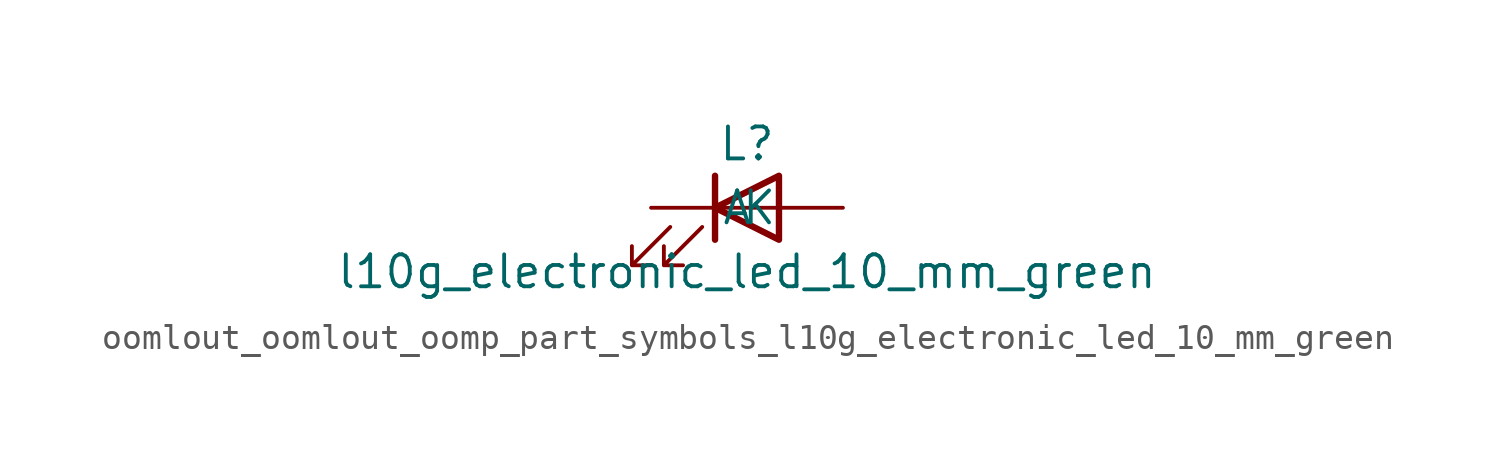
<source format=kicad_sym>
(kicad_symbol_lib
  (version 20220914)
  (generator kicad_symbol_editor)
  (symbol "oomlout_oomlout_oomp_part_symbols_l10g_electronic_led_10_mm_green"
    (pin_numbers hide)
    (pin_names
      (offset 1.016))
    (property "Reference" "L"
      (at 0 2.54 0)
      (effects (font (size 1.27 1.27))))
    (property "Value" "l10g_electronic_led_10_mm_green"
      (at 0 -2.54 0)
      (effects (font (size 1.27 1.27))))
    (symbol "oomlout_oomlout_oomp_part_symbols_l10g_electronic_led_10_mm_green_0_1"
      (polyline (pts (xy -1.27 -1.27) (xy -1.27 1.27)) (stroke (width 0.254) (type default)) (fill (type none)))
      (polyline (pts (xy -1.27 0) (xy 1.27 0)) (stroke (width 0) (type default)) (fill (type none)))
      (polyline (pts (xy 1.27 -1.27) (xy 1.27 1.27) (xy -1.27 0) (xy 1.27 -1.27)) (stroke (width 0.254) (type default)) (fill (type none)))
      (polyline (pts (xy -3.048 -0.762) (xy -4.572 -2.286) (xy -3.81 -2.286) (xy -4.572 -2.286) (xy -4.572 -1.524)) (stroke (width 0) (type default)) (fill (type none)))
      (polyline (pts (xy -1.778 -0.762) (xy -3.302 -2.286) (xy -2.54 -2.286) (xy -3.302 -2.286) (xy -3.302 -1.524)) (stroke (width 0) (type default)) (fill (type none))))
    (symbol "oomlout_oomlout_oomp_part_symbols_l10g_electronic_led_10_mm_green_1_1"
      (pin passive line (at -3.81 0 0) (length 2.54) (name "K" (effects (font (size 1.27 1.27)))) (number "1" (effects (font (size 1.27 1.27)))))
      (pin passive line (at 3.81 0 180) (length 2.54) (name "A" (effects (font (size 1.27 1.27)))) (number "2" (effects (font (size 1.27 1.27))))))))
</source>
